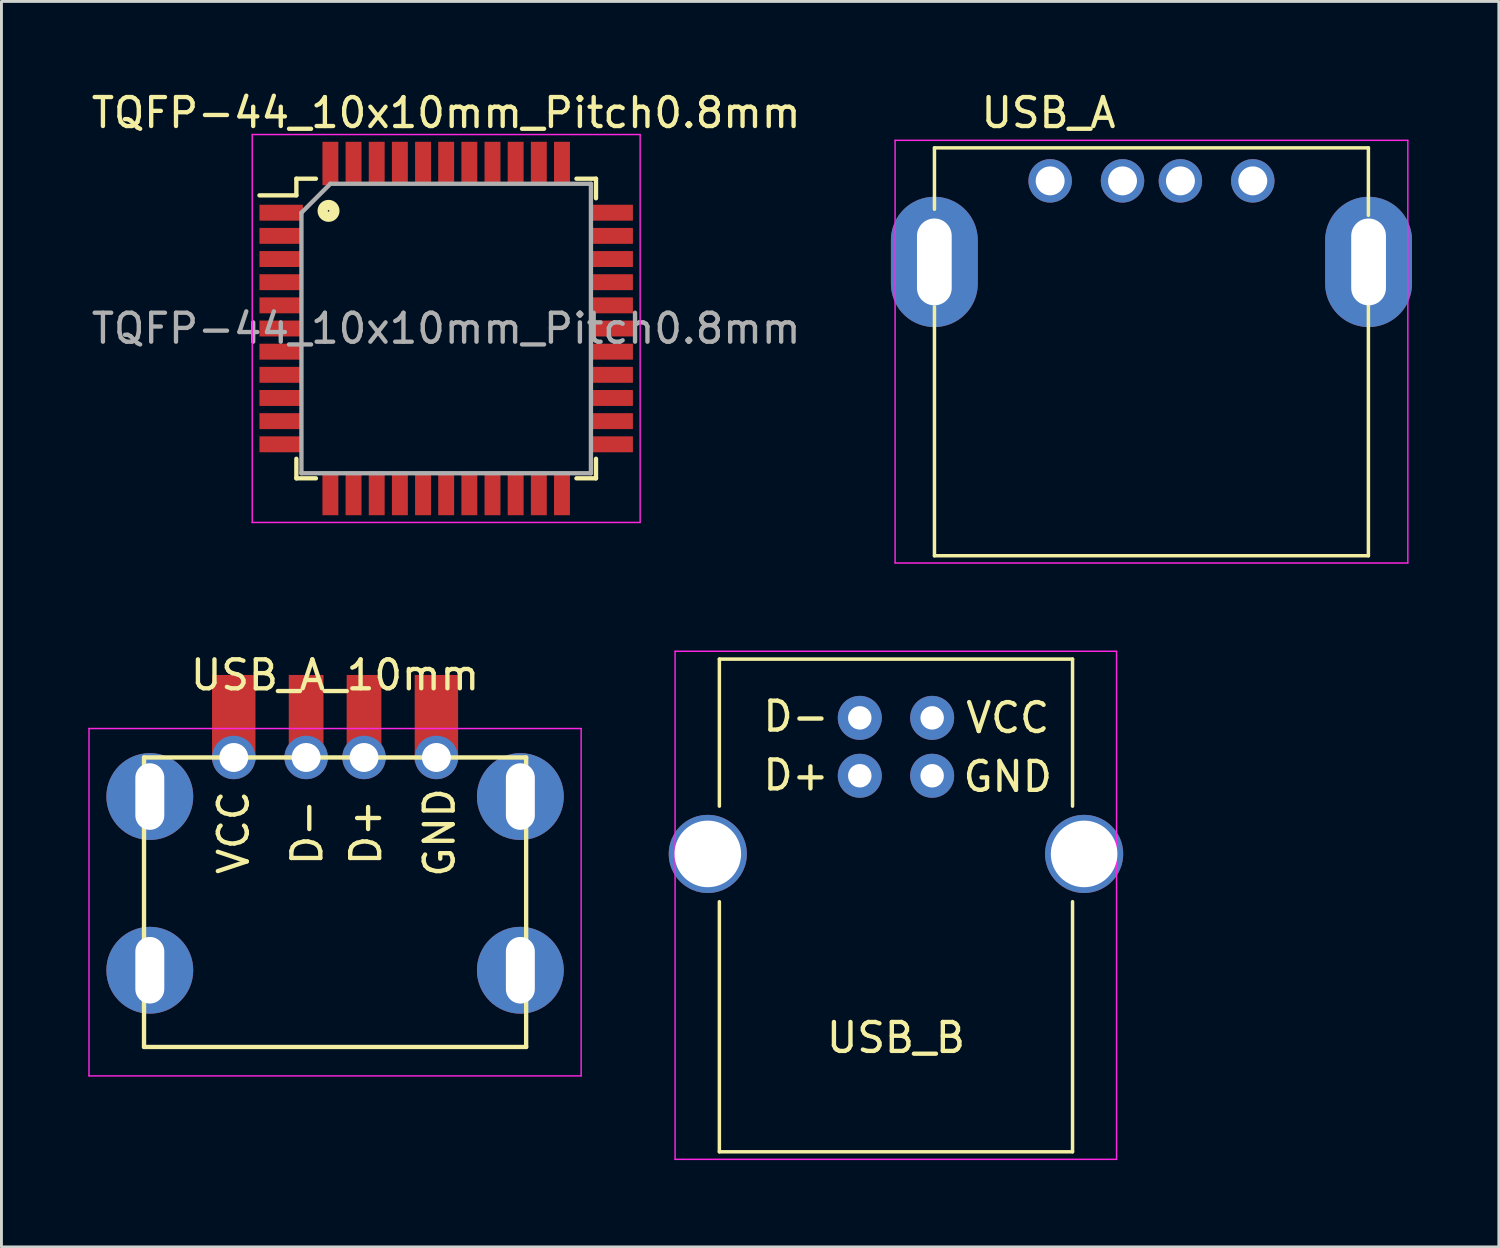
<source format=kicad_pcb>
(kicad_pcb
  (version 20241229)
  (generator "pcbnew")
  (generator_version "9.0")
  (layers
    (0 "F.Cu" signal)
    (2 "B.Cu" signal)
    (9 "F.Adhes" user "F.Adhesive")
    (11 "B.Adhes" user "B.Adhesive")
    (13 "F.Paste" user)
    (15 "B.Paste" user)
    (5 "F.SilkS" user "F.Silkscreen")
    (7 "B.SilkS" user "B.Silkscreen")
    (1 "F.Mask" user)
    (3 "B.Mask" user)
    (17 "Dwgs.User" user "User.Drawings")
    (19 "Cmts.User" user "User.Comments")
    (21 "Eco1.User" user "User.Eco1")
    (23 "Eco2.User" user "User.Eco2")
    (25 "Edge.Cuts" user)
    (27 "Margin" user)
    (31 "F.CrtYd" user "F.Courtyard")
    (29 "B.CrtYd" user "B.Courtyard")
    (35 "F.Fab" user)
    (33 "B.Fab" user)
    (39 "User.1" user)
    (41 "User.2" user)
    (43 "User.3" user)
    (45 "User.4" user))
  (footprint "USB_A_10mm"
    (layer "F.Cu")
    (at 8.525 23.116)
    (property "Reference" "USB_A_10mm" (at 0 -2.845 0) (layer "F.SilkS") (effects (font (size 1 1) (thickness 0.15))))
    (attr through_hole)
    (fp_line (start -6.6 0) (end -6.6 10) (stroke (width 0.15) (type solid)) (layer "F.SilkS"))
    (fp_line (start -6.6 0) (end 6.6 0) (stroke (width 0.15) (type solid)) (layer "F.SilkS"))
    (fp_line (start -6.6 10) (end 6.6 10) (stroke (width 0.15) (type solid)) (layer "F.SilkS"))
    (fp_line (start 6.6 0) (end 6.6 10) (stroke (width 0.15) (type solid)) (layer "F.SilkS"))
    (fp_line (start -8.5 -1) (end 8.5 -1) (stroke (width 0.05) (type solid)) (layer "F.CrtYd"))
    (fp_line (start -8.5 11) (end -8.5 -1) (stroke (width 0.05) (type solid)) (layer "F.CrtYd"))
    (fp_line (start -8.5 11) (end 8.5 11) (stroke (width 0.05) (type solid)) (layer "F.CrtYd"))
    (fp_line (start 8.5 -1) (end 8.5 11) (stroke (width 0.05) (type solid)) (layer "F.CrtYd"))
    (fp_text user "GND" (at 3.607 2.591 90) (layer "F.SilkS") (effects (font (size 1 1) (thickness 0.15))))
    (fp_text user "VCC" (at -3.505 2.591 270) (layer "F.SilkS") (effects (font (size 1 1) (thickness 0.15))))
    (fp_text user "D-" (at -0.965 2.591 90) (layer "F.SilkS") (effects (font (size 1 1) (thickness 0.15))))
    (fp_text user "D+" (at 1.067 2.591 90) (layer "F.SilkS") (effects (font (size 1 1) (thickness 0.15))))
    (pad "1" smd rect (at -3.5 -1.35) (size 1.5 3) (layers "F.Cu" "F.Mask"))
    (pad "1" thru_hole circle (at -3.5 0 270) (size 1.5 1.5) (drill 1) (layers "*.Cu" "*.Mask"))
    (pad "2" smd rect (at -1 -1.35) (size 1.2 3) (layers "F.Cu" "F.Mask"))
    (pad "2" thru_hole circle (at -1 0 270) (size 1.5 1.5) (drill 1) (layers "*.Cu" "*.Mask"))
    (pad "3" smd rect (at 1 -1.35) (size 1.2 3) (layers "F.Cu" "F.Mask"))
    (pad "3" thru_hole circle (at 1 0 270) (size 1.5 1.5) (drill 1) (layers "*.Cu" "*.Mask"))
    (pad "4" smd rect (at 3.5 -1.35) (size 1.5 3) (layers "F.Cu" "F.Mask"))
    (pad "4" thru_hole circle (at 3.5 0 270) (size 1.5 1.5) (drill 1) (layers "*.Cu" "*.Mask"))
    (pad "5" thru_hole circle (at -6.4 1.35 270) (size 3 3) (drill oval 2.3 1) (layers "*.Cu" "*.Mask"))
    (pad "5" thru_hole circle (at -6.4 7.35 90) (size 3 3) (drill oval 2.3 1) (layers "*.Cu" "*.Mask"))
    (pad "5" thru_hole circle (at 6.4 1.35 270) (size 3 3) (drill oval 2.3 1) (layers "*.Cu" "*.Mask"))
    (pad "5" thru_hole circle (at 6.4 7.35 90) (size 3 3) (drill oval 2.3 1) (layers "*.Cu" "*.Mask")))
  (footprint "USB_A"
    (layer "F.Cu")
    (at 36.726 3.198)
    (property "Reference" "USB_A" (at -3.556 -2.35 0) (layer "F.SilkS") (effects (font (size 1 1) (thickness 0.15))))
    (attr through_hole)
    (fp_line (start -7.496 -1.14) (end -7.496 0.98) (stroke (width 0.12) (type solid)) (layer "F.SilkS"))
    (fp_line (start -7.496 4.35) (end -7.496 12.95) (stroke (width 0.12) (type solid)) (layer "F.SilkS"))
    (fp_line (start 7.494 -1.14) (end -7.496 -1.14) (stroke (width 0.12) (type solid)) (layer "F.SilkS"))
    (fp_line (start 7.494 -1.14) (end 7.494 1.19) (stroke (width 0.12) (type solid)) (layer "F.SilkS"))
    (fp_line (start 7.494 4.15) (end 7.494 12.95) (stroke (width 0.12) (type solid)) (layer "F.SilkS"))
    (fp_line (start 7.494 12.95) (end -7.496 12.95) (stroke (width 0.12) (type solid)) (layer "F.SilkS"))
    (fp_line (start -8.856 -1.4) (end 8.856 -1.4) (stroke (width 0.05) (type solid)) (layer "F.CrtYd"))
    (fp_line (start -8.856 13.2) (end -8.856 -1.4) (stroke (width 0.05) (type solid)) (layer "F.CrtYd"))
    (fp_line (start -8.856 13.2) (end 8.856 13.2) (stroke (width 0.05) (type solid)) (layer "F.CrtYd"))
    (fp_line (start 8.856 -1.4) (end 8.856 13.2) (stroke (width 0.05) (type solid)) (layer "F.CrtYd"))
    (pad "1" thru_hole circle (at -3.5 0 270) (size 1.5 1.5) (drill 1) (layers "*.Cu" "*.Mask"))
    (pad "2" thru_hole circle (at -1 0 270) (size 1.5 1.5) (drill 1) (layers "*.Cu" "*.Mask"))
    (pad "3" thru_hole circle (at 1 0 270) (size 1.5 1.5) (drill 1) (layers "*.Cu" "*.Mask"))
    (pad "4" thru_hole circle (at 3.5 0 270) (size 1.5 1.5) (drill 1) (layers "*.Cu" "*.Mask"))
    (pad "5" thru_hole oval (at -7.5 2.8 270) (size 4.5 3) (drill oval 3 1.2) (layers "*.Cu" "*.Mask"))
    (pad "5" thru_hole oval (at 7.5 2.8 270) (size 4.5 3) (drill oval 3 1.2) (layers "*.Cu" "*.Mask")))
  (footprint "USB_B"
    (layer "F.Cu")
    (at 27.9 21.748)
    (property "Reference" "USB_B" (at 0 11.05 0) (layer "F.SilkS") (effects (font (size 1 1) (thickness 0.15))))
    (attr through_hole)
    (fp_line (start -6.1 -2.03) (end -6.1 3.05) (stroke (width 0.12) (type solid)) (layer "F.SilkS"))
    (fp_line (start -6.1 -2.03) (end 6.1 -2.03) (stroke (width 0.12) (type solid)) (layer "F.SilkS"))
    (fp_line (start -6.1 6.35) (end -6.1 14.99) (stroke (width 0.12) (type solid)) (layer "F.SilkS"))
    (fp_line (start 6.1 -2.03) (end 6.1 3.05) (stroke (width 0.12) (type solid)) (layer "F.SilkS"))
    (fp_line (start 6.1 6.35) (end 6.1 14.99) (stroke (width 0.12) (type solid)) (layer "F.SilkS"))
    (fp_line (start 6.1 14.99) (end -6.1 14.99) (stroke (width 0.12) (type solid)) (layer "F.SilkS"))
    (fp_line (start -7.63 -2.3) (end 7.62 -2.3) (stroke (width 0.05) (type solid)) (layer "F.CrtYd"))
    (fp_line (start -7.63 15.25) (end -7.63 -2.3) (stroke (width 0.05) (type solid)) (layer "F.CrtYd"))
    (fp_line (start 7.62 -2.3) (end 7.62 15.25) (stroke (width 0.05) (type solid)) (layer "F.CrtYd"))
    (fp_line (start 7.62 15.25) (end -7.63 15.25) (stroke (width 0.05) (type solid)) (layer "F.CrtYd"))
    (fp_text user "GND" (at 3.861 2.032 0) (layer "F.SilkS") (effects (font (size 1 1) (thickness 0.15))))
    (fp_text user "D+" (at -3.454 1.981 0) (layer "F.SilkS") (effects (font (size 1 1) (thickness 0.15))))
    (fp_text user "VCC" (at 3.861 0 180) (layer "F.SilkS") (effects (font (size 1 1) (thickness 0.15))))
    (fp_text user "D-" (at -3.454 -0.051 0) (layer "F.SilkS") (effects (font (size 1 1) (thickness 0.15))))
    (pad "1" thru_hole circle (at 1.25 0 180) (size 1.52 1.52) (drill 0.81) (layers "*.Cu" "*.Mask"))
    (pad "2" thru_hole circle (at -1.25 0 180) (size 1.52 1.52) (drill 0.81) (layers "*.Cu" "*.Mask"))
    (pad "3" thru_hole circle (at -1.25 2 180) (size 1.52 1.52) (drill 0.81) (layers "*.Cu" "*.Mask"))
    (pad "4" thru_hole circle (at 1.25 2 180) (size 1.52 1.52) (drill 0.81) (layers "*.Cu" "*.Mask"))
    (pad "5" thru_hole circle (at -6.5 4.7 180) (size 2.7 2.7) (drill 2.3) (layers "*.Cu" "*.Mask"))
    (pad "5" thru_hole circle (at 6.5 4.7 180) (size 2.7 2.7) (drill 2.3) (layers "*.Cu" "*.Mask")))
  (footprint "TQFP-44_10x10mm_Pitch0.8mm"
    (layer "F.Cu")
    (at 12.363 8.298)
    (property "Reference" "TQFP-44_10x10mm_Pitch0.8mm" (at 0 -7.45 0) (layer "F.SilkS") (effects (font (size 1 1) (thickness 0.15))))
    (attr smd)
    (fp_line (start -5.175 -5.175) (end -5.175 -4.6) (stroke (width 0.15) (type solid)) (layer "F.SilkS"))
    (fp_line (start -5.175 -5.175) (end -4.5 -5.175) (stroke (width 0.15) (type solid)) (layer "F.SilkS"))
    (fp_line (start -5.175 -4.6) (end -6.45 -4.6) (stroke (width 0.15) (type solid)) (layer "F.SilkS"))
    (fp_line (start -5.175 5.175) (end -5.175 4.5) (stroke (width 0.15) (type solid)) (layer "F.SilkS"))
    (fp_line (start -5.175 5.175) (end -4.5 5.175) (stroke (width 0.15) (type solid)) (layer "F.SilkS"))
    (fp_line (start 5.175 -5.175) (end 4.5 -5.175) (stroke (width 0.15) (type solid)) (layer "F.SilkS"))
    (fp_line (start 5.175 -5.175) (end 5.175 -4.5) (stroke (width 0.15) (type solid)) (layer "F.SilkS"))
    (fp_line (start 5.175 5.175) (end 4.5 5.175) (stroke (width 0.15) (type solid)) (layer "F.SilkS"))
    (fp_line (start 5.175 5.175) (end 5.175 4.5) (stroke (width 0.15) (type solid)) (layer "F.SilkS"))
    (fp_circle (center -4.064 -4.064) (end -3.962 -4.064) (stroke (width 0.15) (type solid)) (fill no) (layer "F.SilkS"))
    (fp_circle (center -4.064 -4.064) (end -3.861 -4.064) (stroke (width 0.15) (type solid)) (fill no) (layer "F.SilkS"))
    (fp_circle (center -4.064 -4.064) (end -3.759 -4.064) (stroke (width 0.15) (type solid)) (fill no) (layer "F.SilkS"))
    (fp_line (start -6.7 -6.7) (end -6.7 6.7) (stroke (width 0.05) (type solid)) (layer "F.CrtYd"))
    (fp_line (start -6.7 -6.7) (end 6.7 -6.7) (stroke (width 0.05) (type solid)) (layer "F.CrtYd"))
    (fp_line (start -6.7 6.7) (end 6.7 6.7) (stroke (width 0.05) (type solid)) (layer "F.CrtYd"))
    (fp_line (start 6.7 -6.7) (end 6.7 6.7) (stroke (width 0.05) (type solid)) (layer "F.CrtYd"))
    (fp_line (start -5 -4) (end -4 -5) (stroke (width 0.15) (type solid)) (layer "F.Fab"))
    (fp_line (start -5 5) (end -5 -4) (stroke (width 0.15) (type solid)) (layer "F.Fab"))
    (fp_line (start -4 -5) (end 5 -5) (stroke (width 0.15) (type solid)) (layer "F.Fab"))
    (fp_line (start 5 -5) (end 5 5) (stroke (width 0.15) (type solid)) (layer "F.Fab"))
    (fp_line (start 5 5) (end -5 5) (stroke (width 0.15) (type solid)) (layer "F.Fab"))
    (fp_text user "${REFERENCE}" (at 0 0 0) (layer "F.Fab") (effects (font (size 1 1) (thickness 0.15))))
    (pad "1" smd rect (at -5.7 -4) (size 1.5 0.55) (layers "F.Cu" "F.Mask" "F.Paste"))
    (pad "2" smd rect (at -5.7 -3.2) (size 1.5 0.55) (layers "F.Cu" "F.Mask" "F.Paste"))
    (pad "3" smd rect (at -5.7 -2.4) (size 1.5 0.55) (layers "F.Cu" "F.Mask" "F.Paste"))
    (pad "4" smd rect (at -5.7 -1.6) (size 1.5 0.55) (layers "F.Cu" "F.Mask" "F.Paste"))
    (pad "5" smd rect (at -5.7 -0.8) (size 1.5 0.55) (layers "F.Cu" "F.Mask" "F.Paste"))
    (pad "6" smd rect (at -5.7 0) (size 1.5 0.55) (layers "F.Cu" "F.Mask" "F.Paste"))
    (pad "7" smd rect (at -5.7 0.8) (size 1.5 0.55) (layers "F.Cu" "F.Mask" "F.Paste"))
    (pad "8" smd rect (at -5.7 1.6) (size 1.5 0.55) (layers "F.Cu" "F.Mask" "F.Paste"))
    (pad "9" smd rect (at -5.7 2.4) (size 1.5 0.55) (layers "F.Cu" "F.Mask" "F.Paste"))
    (pad "10" smd rect (at -5.7 3.2) (size 1.5 0.55) (layers "F.Cu" "F.Mask" "F.Paste"))
    (pad "11" smd rect (at -5.7 4) (size 1.5 0.55) (layers "F.Cu" "F.Mask" "F.Paste"))
    (pad "12" smd rect (at -4 5.7 90) (size 1.5 0.55) (layers "F.Cu" "F.Mask" "F.Paste"))
    (pad "13" smd rect (at -3.2 5.7 90) (size 1.5 0.55) (layers "F.Cu" "F.Mask" "F.Paste"))
    (pad "14" smd rect (at -2.4 5.7 90) (size 1.5 0.55) (layers "F.Cu" "F.Mask" "F.Paste"))
    (pad "15" smd rect (at -1.6 5.7 90) (size 1.5 0.55) (layers "F.Cu" "F.Mask" "F.Paste"))
    (pad "16" smd rect (at -0.8 5.7 90) (size 1.5 0.55) (layers "F.Cu" "F.Mask" "F.Paste"))
    (pad "17" smd rect (at 0 5.7 90) (size 1.5 0.55) (layers "F.Cu" "F.Mask" "F.Paste"))
    (pad "18" smd rect (at 0.8 5.7 90) (size 1.5 0.55) (layers "F.Cu" "F.Mask" "F.Paste"))
    (pad "19" smd rect (at 1.6 5.7 90) (size 1.5 0.55) (layers "F.Cu" "F.Mask" "F.Paste"))
    (pad "20" smd rect (at 2.4 5.7 90) (size 1.5 0.55) (layers "F.Cu" "F.Mask" "F.Paste"))
    (pad "21" smd rect (at 3.2 5.7 90) (size 1.5 0.55) (layers "F.Cu" "F.Mask" "F.Paste"))
    (pad "22" smd rect (at 4 5.7 90) (size 1.5 0.55) (layers "F.Cu" "F.Mask" "F.Paste"))
    (pad "23" smd rect (at 5.7 4) (size 1.5 0.55) (layers "F.Cu" "F.Mask" "F.Paste"))
    (pad "24" smd rect (at 5.7 3.2) (size 1.5 0.55) (layers "F.Cu" "F.Mask" "F.Paste"))
    (pad "25" smd rect (at 5.7 2.4) (size 1.5 0.55) (layers "F.Cu" "F.Mask" "F.Paste"))
    (pad "26" smd rect (at 5.7 1.6) (size 1.5 0.55) (layers "F.Cu" "F.Mask" "F.Paste"))
    (pad "27" smd rect (at 5.7 0.8) (size 1.5 0.55) (layers "F.Cu" "F.Mask" "F.Paste"))
    (pad "28" smd rect (at 5.7 0) (size 1.5 0.55) (layers "F.Cu" "F.Mask" "F.Paste"))
    (pad "29" smd rect (at 5.7 -0.8) (size 1.5 0.55) (layers "F.Cu" "F.Mask" "F.Paste"))
    (pad "30" smd rect (at 5.7 -1.6) (size 1.5 0.55) (layers "F.Cu" "F.Mask" "F.Paste"))
    (pad "31" smd rect (at 5.7 -2.4) (size 1.5 0.55) (layers "F.Cu" "F.Mask" "F.Paste"))
    (pad "32" smd rect (at 5.7 -3.2) (size 1.5 0.55) (layers "F.Cu" "F.Mask" "F.Paste"))
    (pad "33" smd rect (at 5.7 -4) (size 1.5 0.55) (layers "F.Cu" "F.Mask" "F.Paste"))
    (pad "34" smd rect (at 4 -5.7 90) (size 1.5 0.55) (layers "F.Cu" "F.Mask" "F.Paste"))
    (pad "35" smd rect (at 3.2 -5.7 90) (size 1.5 0.55) (layers "F.Cu" "F.Mask" "F.Paste"))
    (pad "36" smd rect (at 2.4 -5.7 90) (size 1.5 0.55) (layers "F.Cu" "F.Mask" "F.Paste"))
    (pad "37" smd rect (at 1.6 -5.7 90) (size 1.5 0.55) (layers "F.Cu" "F.Mask" "F.Paste"))
    (pad "38" smd rect (at 0.8 -5.7 90) (size 1.5 0.55) (layers "F.Cu" "F.Mask" "F.Paste"))
    (pad "39" smd rect (at 0 -5.7 90) (size 1.5 0.55) (layers "F.Cu" "F.Mask" "F.Paste"))
    (pad "40" smd rect (at -0.8 -5.7 90) (size 1.5 0.55) (layers "F.Cu" "F.Mask" "F.Paste"))
    (pad "41" smd rect (at -1.6 -5.7 90) (size 1.5 0.55) (layers "F.Cu" "F.Mask" "F.Paste"))
    (pad "42" smd rect (at -2.4 -5.7 90) (size 1.5 0.55) (layers "F.Cu" "F.Mask" "F.Paste"))
    (pad "43" smd rect (at -3.2 -5.7 90) (size 1.5 0.55) (layers "F.Cu" "F.Mask" "F.Paste"))
    (pad "44" smd rect (at -4 -5.7 90) (size 1.5 0.55) (layers "F.Cu" "F.Mask" "F.Paste")))
  (gr_rect
    (start -3 -3)
    (end 48.726 40.023)
    (stroke (width 0.1) (type default))
    (fill no)
    (layer "Edge.Cuts")))
</source>
